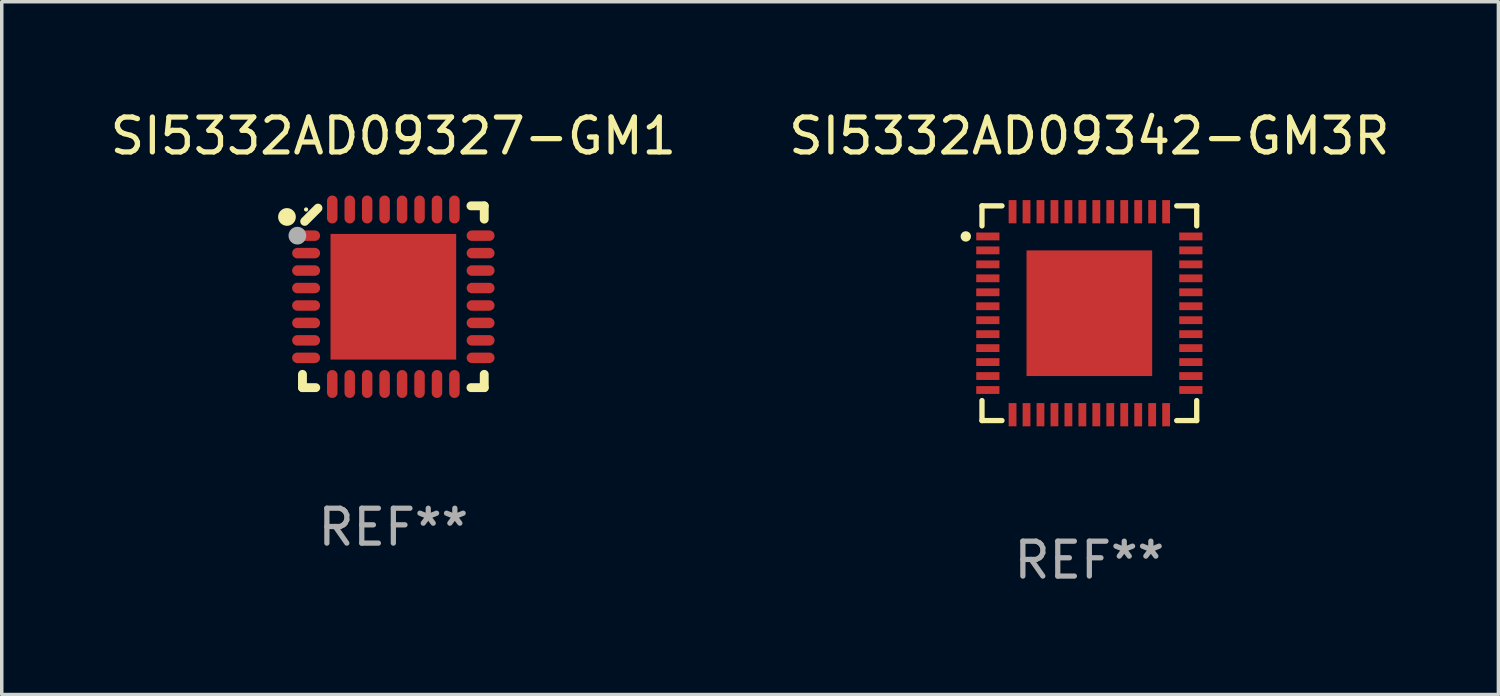
<source format=kicad_pcb>
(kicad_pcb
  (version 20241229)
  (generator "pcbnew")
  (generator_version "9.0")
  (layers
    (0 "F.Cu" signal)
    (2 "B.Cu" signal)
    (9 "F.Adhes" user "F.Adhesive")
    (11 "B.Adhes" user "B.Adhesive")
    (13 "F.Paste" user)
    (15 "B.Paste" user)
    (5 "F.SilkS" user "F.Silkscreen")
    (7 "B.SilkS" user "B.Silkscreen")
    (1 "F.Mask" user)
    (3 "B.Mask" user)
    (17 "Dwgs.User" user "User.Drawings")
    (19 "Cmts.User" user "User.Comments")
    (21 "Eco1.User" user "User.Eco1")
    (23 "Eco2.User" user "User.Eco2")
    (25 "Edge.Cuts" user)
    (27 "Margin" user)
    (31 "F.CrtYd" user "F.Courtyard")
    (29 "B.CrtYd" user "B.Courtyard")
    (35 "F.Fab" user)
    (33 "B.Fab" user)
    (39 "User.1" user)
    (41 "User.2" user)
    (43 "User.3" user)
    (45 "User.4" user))
  (footprint "SI5332AD09342-GM3R"
    (layer "F.Cu")
    (at 28.161 5.924)
    (property "Reference" "SI5332AD09342-GM3R" (at 0 -5.076 0) (layer "F.SilkS") (effects (font (size 1 1) (thickness 0.15))))
    (attr through_hole)
    (fp_line (start -3.076 -3.076) (end -3.076 -2.503) (stroke (width 0.152) (type solid)) (layer "F.SilkS"))
    (fp_line (start -3.076 3.076) (end -3.076 2.503) (stroke (width 0.152) (type solid)) (layer "F.SilkS"))
    (fp_line (start -2.503 -3.076) (end -3.076 -3.076) (stroke (width 0.152) (type solid)) (layer "F.SilkS"))
    (fp_line (start -2.503 3.076) (end -3.076 3.076) (stroke (width 0.152) (type solid)) (layer "F.SilkS"))
    (fp_line (start 2.503 -3.076) (end 3.076 -3.076) (stroke (width 0.152) (type solid)) (layer "F.SilkS"))
    (fp_line (start 2.503 3.076) (end 3.076 3.076) (stroke (width 0.152) (type solid)) (layer "F.SilkS"))
    (fp_line (start 3.076 -3.076) (end 3.076 -2.503) (stroke (width 0.152) (type solid)) (layer "F.SilkS"))
    (fp_line (start 3.076 3.076) (end 3.076 2.503) (stroke (width 0.152) (type solid)) (layer "F.SilkS"))
    (fp_circle (center -3.54 -2.2) (end -3.465 -2.2) (stroke (width 0.15) (type solid)) (fill no) (layer "F.SilkS"))
    (fp_text user "REF**" (at 0 7.076 0) (layer "F.Fab") (effects (font (size 1 1) (thickness 0.15))))
    (pad "1" smd rect (at -2.908 -2.2) (size 0.665 0.224) (layers "F.Cu" "F.Mask" "F.Paste"))
    (pad "2" smd rect (at -2.908 -1.8) (size 0.665 0.224) (layers "F.Cu" "F.Mask" "F.Paste"))
    (pad "3" smd rect (at -2.908 -1.4) (size 0.665 0.224) (layers "F.Cu" "F.Mask" "F.Paste"))
    (pad "4" smd rect (at -2.908 -1) (size 0.665 0.224) (layers "F.Cu" "F.Mask" "F.Paste"))
    (pad "5" smd rect (at -2.908 -0.6) (size 0.665 0.224) (layers "F.Cu" "F.Mask" "F.Paste"))
    (pad "6" smd rect (at -2.908 -0.2) (size 0.665 0.224) (layers "F.Cu" "F.Mask" "F.Paste"))
    (pad "7" smd rect (at -2.908 0.2) (size 0.665 0.224) (layers "F.Cu" "F.Mask" "F.Paste"))
    (pad "8" smd rect (at -2.908 0.6) (size 0.665 0.224) (layers "F.Cu" "F.Mask" "F.Paste"))
    (pad "9" smd rect (at -2.908 1) (size 0.665 0.224) (layers "F.Cu" "F.Mask" "F.Paste"))
    (pad "10" smd rect (at -2.908 1.4) (size 0.665 0.224) (layers "F.Cu" "F.Mask" "F.Paste"))
    (pad "11" smd rect (at -2.908 1.8) (size 0.665 0.224) (layers "F.Cu" "F.Mask" "F.Paste"))
    (pad "12" smd rect (at -2.908 2.2) (size 0.665 0.224) (layers "F.Cu" "F.Mask" "F.Paste"))
    (pad "13" smd rect (at -2.2 2.908) (size 0.224 0.665) (layers "F.Cu" "F.Mask" "F.Paste"))
    (pad "14" smd rect (at -1.8 2.908) (size 0.224 0.665) (layers "F.Cu" "F.Mask" "F.Paste"))
    (pad "15" smd rect (at -1.4 2.908) (size 0.224 0.665) (layers "F.Cu" "F.Mask" "F.Paste"))
    (pad "16" smd rect (at -1 2.908) (size 0.224 0.665) (layers "F.Cu" "F.Mask" "F.Paste"))
    (pad "17" smd rect (at -0.6 2.908) (size 0.224 0.665) (layers "F.Cu" "F.Mask" "F.Paste"))
    (pad "18" smd rect (at -0.2 2.908) (size 0.224 0.665) (layers "F.Cu" "F.Mask" "F.Paste"))
    (pad "19" smd rect (at 0.2 2.908) (size 0.224 0.665) (layers "F.Cu" "F.Mask" "F.Paste"))
    (pad "20" smd rect (at 0.6 2.908) (size 0.224 0.665) (layers "F.Cu" "F.Mask" "F.Paste"))
    (pad "21" smd rect (at 1 2.908) (size 0.224 0.665) (layers "F.Cu" "F.Mask" "F.Paste"))
    (pad "22" smd rect (at 1.4 2.908) (size 0.224 0.665) (layers "F.Cu" "F.Mask" "F.Paste"))
    (pad "23" smd rect (at 1.8 2.908) (size 0.224 0.665) (layers "F.Cu" "F.Mask" "F.Paste"))
    (pad "24" smd rect (at 2.2 2.908) (size 0.224 0.665) (layers "F.Cu" "F.Mask" "F.Paste"))
    (pad "25" smd rect (at 2.908 2.2) (size 0.665 0.224) (layers "F.Cu" "F.Mask" "F.Paste"))
    (pad "26" smd rect (at 2.908 1.8) (size 0.665 0.224) (layers "F.Cu" "F.Mask" "F.Paste"))
    (pad "27" smd rect (at 2.908 1.4) (size 0.665 0.224) (layers "F.Cu" "F.Mask" "F.Paste"))
    (pad "28" smd rect (at 2.908 1) (size 0.665 0.224) (layers "F.Cu" "F.Mask" "F.Paste"))
    (pad "29" smd rect (at 2.908 0.6) (size 0.665 0.224) (layers "F.Cu" "F.Mask" "F.Paste"))
    (pad "30" smd rect (at 2.908 0.2) (size 0.665 0.224) (layers "F.Cu" "F.Mask" "F.Paste"))
    (pad "31" smd rect (at 2.908 -0.2) (size 0.665 0.224) (layers "F.Cu" "F.Mask" "F.Paste"))
    (pad "32" smd rect (at 2.908 -0.6) (size 0.665 0.224) (layers "F.Cu" "F.Mask" "F.Paste"))
    (pad "33" smd rect (at 2.908 -1) (size 0.665 0.224) (layers "F.Cu" "F.Mask" "F.Paste"))
    (pad "34" smd rect (at 2.908 -1.4) (size 0.665 0.224) (layers "F.Cu" "F.Mask" "F.Paste"))
    (pad "35" smd rect (at 2.908 -1.8) (size 0.665 0.224) (layers "F.Cu" "F.Mask" "F.Paste"))
    (pad "36" smd rect (at 2.908 -2.2) (size 0.665 0.224) (layers "F.Cu" "F.Mask" "F.Paste"))
    (pad "37" smd rect (at 2.2 -2.908) (size 0.224 0.665) (layers "F.Cu" "F.Mask" "F.Paste"))
    (pad "38" smd rect (at 1.8 -2.908) (size 0.224 0.665) (layers "F.Cu" "F.Mask" "F.Paste"))
    (pad "39" smd rect (at 1.4 -2.908) (size 0.224 0.665) (layers "F.Cu" "F.Mask" "F.Paste"))
    (pad "40" smd rect (at 1 -2.908) (size 0.224 0.665) (layers "F.Cu" "F.Mask" "F.Paste"))
    (pad "41" smd rect (at 0.6 -2.908) (size 0.224 0.665) (layers "F.Cu" "F.Mask" "F.Paste"))
    (pad "42" smd rect (at 0.2 -2.908) (size 0.224 0.665) (layers "F.Cu" "F.Mask" "F.Paste"))
    (pad "43" smd rect (at -0.2 -2.908) (size 0.224 0.665) (layers "F.Cu" "F.Mask" "F.Paste"))
    (pad "44" smd rect (at -0.6 -2.908) (size 0.224 0.665) (layers "F.Cu" "F.Mask" "F.Paste"))
    (pad "45" smd rect (at -1 -2.908) (size 0.224 0.665) (layers "F.Cu" "F.Mask" "F.Paste"))
    (pad "46" smd rect (at -1.4 -2.908) (size 0.224 0.665) (layers "F.Cu" "F.Mask" "F.Paste"))
    (pad "47" smd rect (at -1.8 -2.908) (size 0.224 0.665) (layers "F.Cu" "F.Mask" "F.Paste"))
    (pad "48" smd rect (at -2.2 -2.908) (size 0.224 0.665) (layers "F.Cu" "F.Mask" "F.Paste"))
    (pad "49" smd rect (at 0 0) (size 3.6 3.6) (layers "F.Cu" "F.Mask" "F.Paste")))
  (footprint "SI5332AD09327-GM1"
    (layer "F.Cu")
    (at 8.22 5.452)
    (property "Reference" "SI5332AD09327-GM1" (at 0 -4.604 0) (layer "F.SilkS") (effects (font (size 1 1) (thickness 0.15))))
    (attr through_hole)
    (fp_line (start -2.604 2.223) (end -2.604 2.604) (stroke (width 0.254) (type solid)) (layer "F.SilkS"))
    (fp_line (start -2.604 2.604) (end -2.223 2.604) (stroke (width 0.254) (type solid)) (layer "F.SilkS"))
    (fp_line (start -2.159 -2.54) (end -2.54 -2.159) (stroke (width 0.254) (type solid)) (layer "F.SilkS"))
    (fp_line (start 2.223 2.604) (end 2.604 2.604) (stroke (width 0.254) (type solid)) (layer "F.SilkS"))
    (fp_line (start 2.604 -2.604) (end 2.223 -2.604) (stroke (width 0.254) (type solid)) (layer "F.SilkS"))
    (fp_line (start 2.604 -2.223) (end 2.604 -2.604) (stroke (width 0.254) (type solid)) (layer "F.SilkS"))
    (fp_line (start 2.604 2.604) (end 2.604 2.223) (stroke (width 0.254) (type solid)) (layer "F.SilkS"))
    (fp_circle (center -3.048 -2.286) (end -2.921 -2.286) (stroke (width 0.254) (type solid)) (fill no) (layer "F.SilkS"))
    (fp_circle (center -2.5 -2.5) (end -2.47 -2.5) (stroke (width 0.06) (type solid)) (fill no) (layer "F.SilkS"))
    (fp_circle (center -2.75 -1.75) (end -2.623 -1.75) (stroke (width 0.254) (type solid)) (fill no) (layer "F.Fab"))
    (fp_text user "REF**" (at 0 6.604 0) (layer "F.Fab") (effects (font (size 1 1) (thickness 0.15))))
    (pad "1" smd oval (at -2.5 -1.75) (size 0.8 0.3) (layers "F.Cu" "F.Mask" "F.Paste"))
    (pad "2" smd oval (at -2.5 -1.25) (size 0.8 0.3) (layers "F.Cu" "F.Mask" "F.Paste"))
    (pad "3" smd oval (at -2.5 -0.75) (size 0.8 0.3) (layers "F.Cu" "F.Mask" "F.Paste"))
    (pad "4" smd oval (at -2.5 -0.25) (size 0.8 0.3) (layers "F.Cu" "F.Mask" "F.Paste"))
    (pad "5" smd oval (at -2.5 0.25) (size 0.8 0.3) (layers "F.Cu" "F.Mask" "F.Paste"))
    (pad "6" smd oval (at -2.5 0.75) (size 0.8 0.3) (layers "F.Cu" "F.Mask" "F.Paste"))
    (pad "7" smd oval (at -2.5 1.25) (size 0.8 0.3) (layers "F.Cu" "F.Mask" "F.Paste"))
    (pad "8" smd oval (at -2.5 1.75) (size 0.8 0.3) (layers "F.Cu" "F.Mask" "F.Paste"))
    (pad "9" smd oval (at -1.75 2.5) (size 0.3 0.8) (layers "F.Cu" "F.Mask" "F.Paste"))
    (pad "10" smd oval (at -1.25 2.5) (size 0.3 0.8) (layers "F.Cu" "F.Mask" "F.Paste"))
    (pad "11" smd oval (at -0.75 2.5) (size 0.3 0.8) (layers "F.Cu" "F.Mask" "F.Paste"))
    (pad "12" smd oval (at -0.25 2.5) (size 0.3 0.8) (layers "F.Cu" "F.Mask" "F.Paste"))
    (pad "13" smd oval (at 0.25 2.5) (size 0.3 0.8) (layers "F.Cu" "F.Mask" "F.Paste"))
    (pad "14" smd oval (at 0.75 2.5) (size 0.3 0.8) (layers "F.Cu" "F.Mask" "F.Paste"))
    (pad "15" smd oval (at 1.25 2.5) (size 0.3 0.8) (layers "F.Cu" "F.Mask" "F.Paste"))
    (pad "16" smd oval (at 1.75 2.5) (size 0.3 0.8) (layers "F.Cu" "F.Mask" "F.Paste"))
    (pad "17" smd oval (at 2.5 1.75) (size 0.8 0.3) (layers "F.Cu" "F.Mask" "F.Paste"))
    (pad "18" smd oval (at 2.5 1.25) (size 0.8 0.3) (layers "F.Cu" "F.Mask" "F.Paste"))
    (pad "19" smd oval (at 2.5 0.75) (size 0.8 0.3) (layers "F.Cu" "F.Mask" "F.Paste"))
    (pad "20" smd oval (at 2.5 0.25) (size 0.8 0.3) (layers "F.Cu" "F.Mask" "F.Paste"))
    (pad "21" smd oval (at 2.5 -0.25) (size 0.8 0.3) (layers "F.Cu" "F.Mask" "F.Paste"))
    (pad "22" smd oval (at 2.5 -0.75) (size 0.8 0.3) (layers "F.Cu" "F.Mask" "F.Paste"))
    (pad "23" smd oval (at 2.5 -1.25) (size 0.8 0.3) (layers "F.Cu" "F.Mask" "F.Paste"))
    (pad "24" smd oval (at 2.5 -1.75) (size 0.8 0.3) (layers "F.Cu" "F.Mask" "F.Paste"))
    (pad "25" smd oval (at 1.75 -2.5) (size 0.3 0.8) (layers "F.Cu" "F.Mask" "F.Paste"))
    (pad "26" smd oval (at 1.25 -2.5) (size 0.3 0.8) (layers "F.Cu" "F.Mask" "F.Paste"))
    (pad "27" smd oval (at 0.75 -2.5) (size 0.3 0.8) (layers "F.Cu" "F.Mask" "F.Paste"))
    (pad "28" smd oval (at 0.25 -2.5) (size 0.3 0.8) (layers "F.Cu" "F.Mask" "F.Paste"))
    (pad "29" smd oval (at -0.25 -2.5) (size 0.3 0.8) (layers "F.Cu" "F.Mask" "F.Paste"))
    (pad "30" smd oval (at -0.75 -2.5) (size 0.3 0.8) (layers "F.Cu" "F.Mask" "F.Paste"))
    (pad "31" smd oval (at -1.25 -2.5) (size 0.3 0.8) (layers "F.Cu" "F.Mask" "F.Paste"))
    (pad "32" smd oval (at -1.75 -2.5) (size 0.3 0.8) (layers "F.Cu" "F.Mask" "F.Paste"))
    (pad "33" smd rect (at -0.000076 0) (size 3.6 3.6) (layers "F.Cu" "F.Mask" "F.Paste")))
  (gr_rect
    (start -3 -3)
    (end 39.881 16.849)
    (stroke (width 0.1) (type default))
    (fill no)
    (layer "Edge.Cuts")))
</source>
